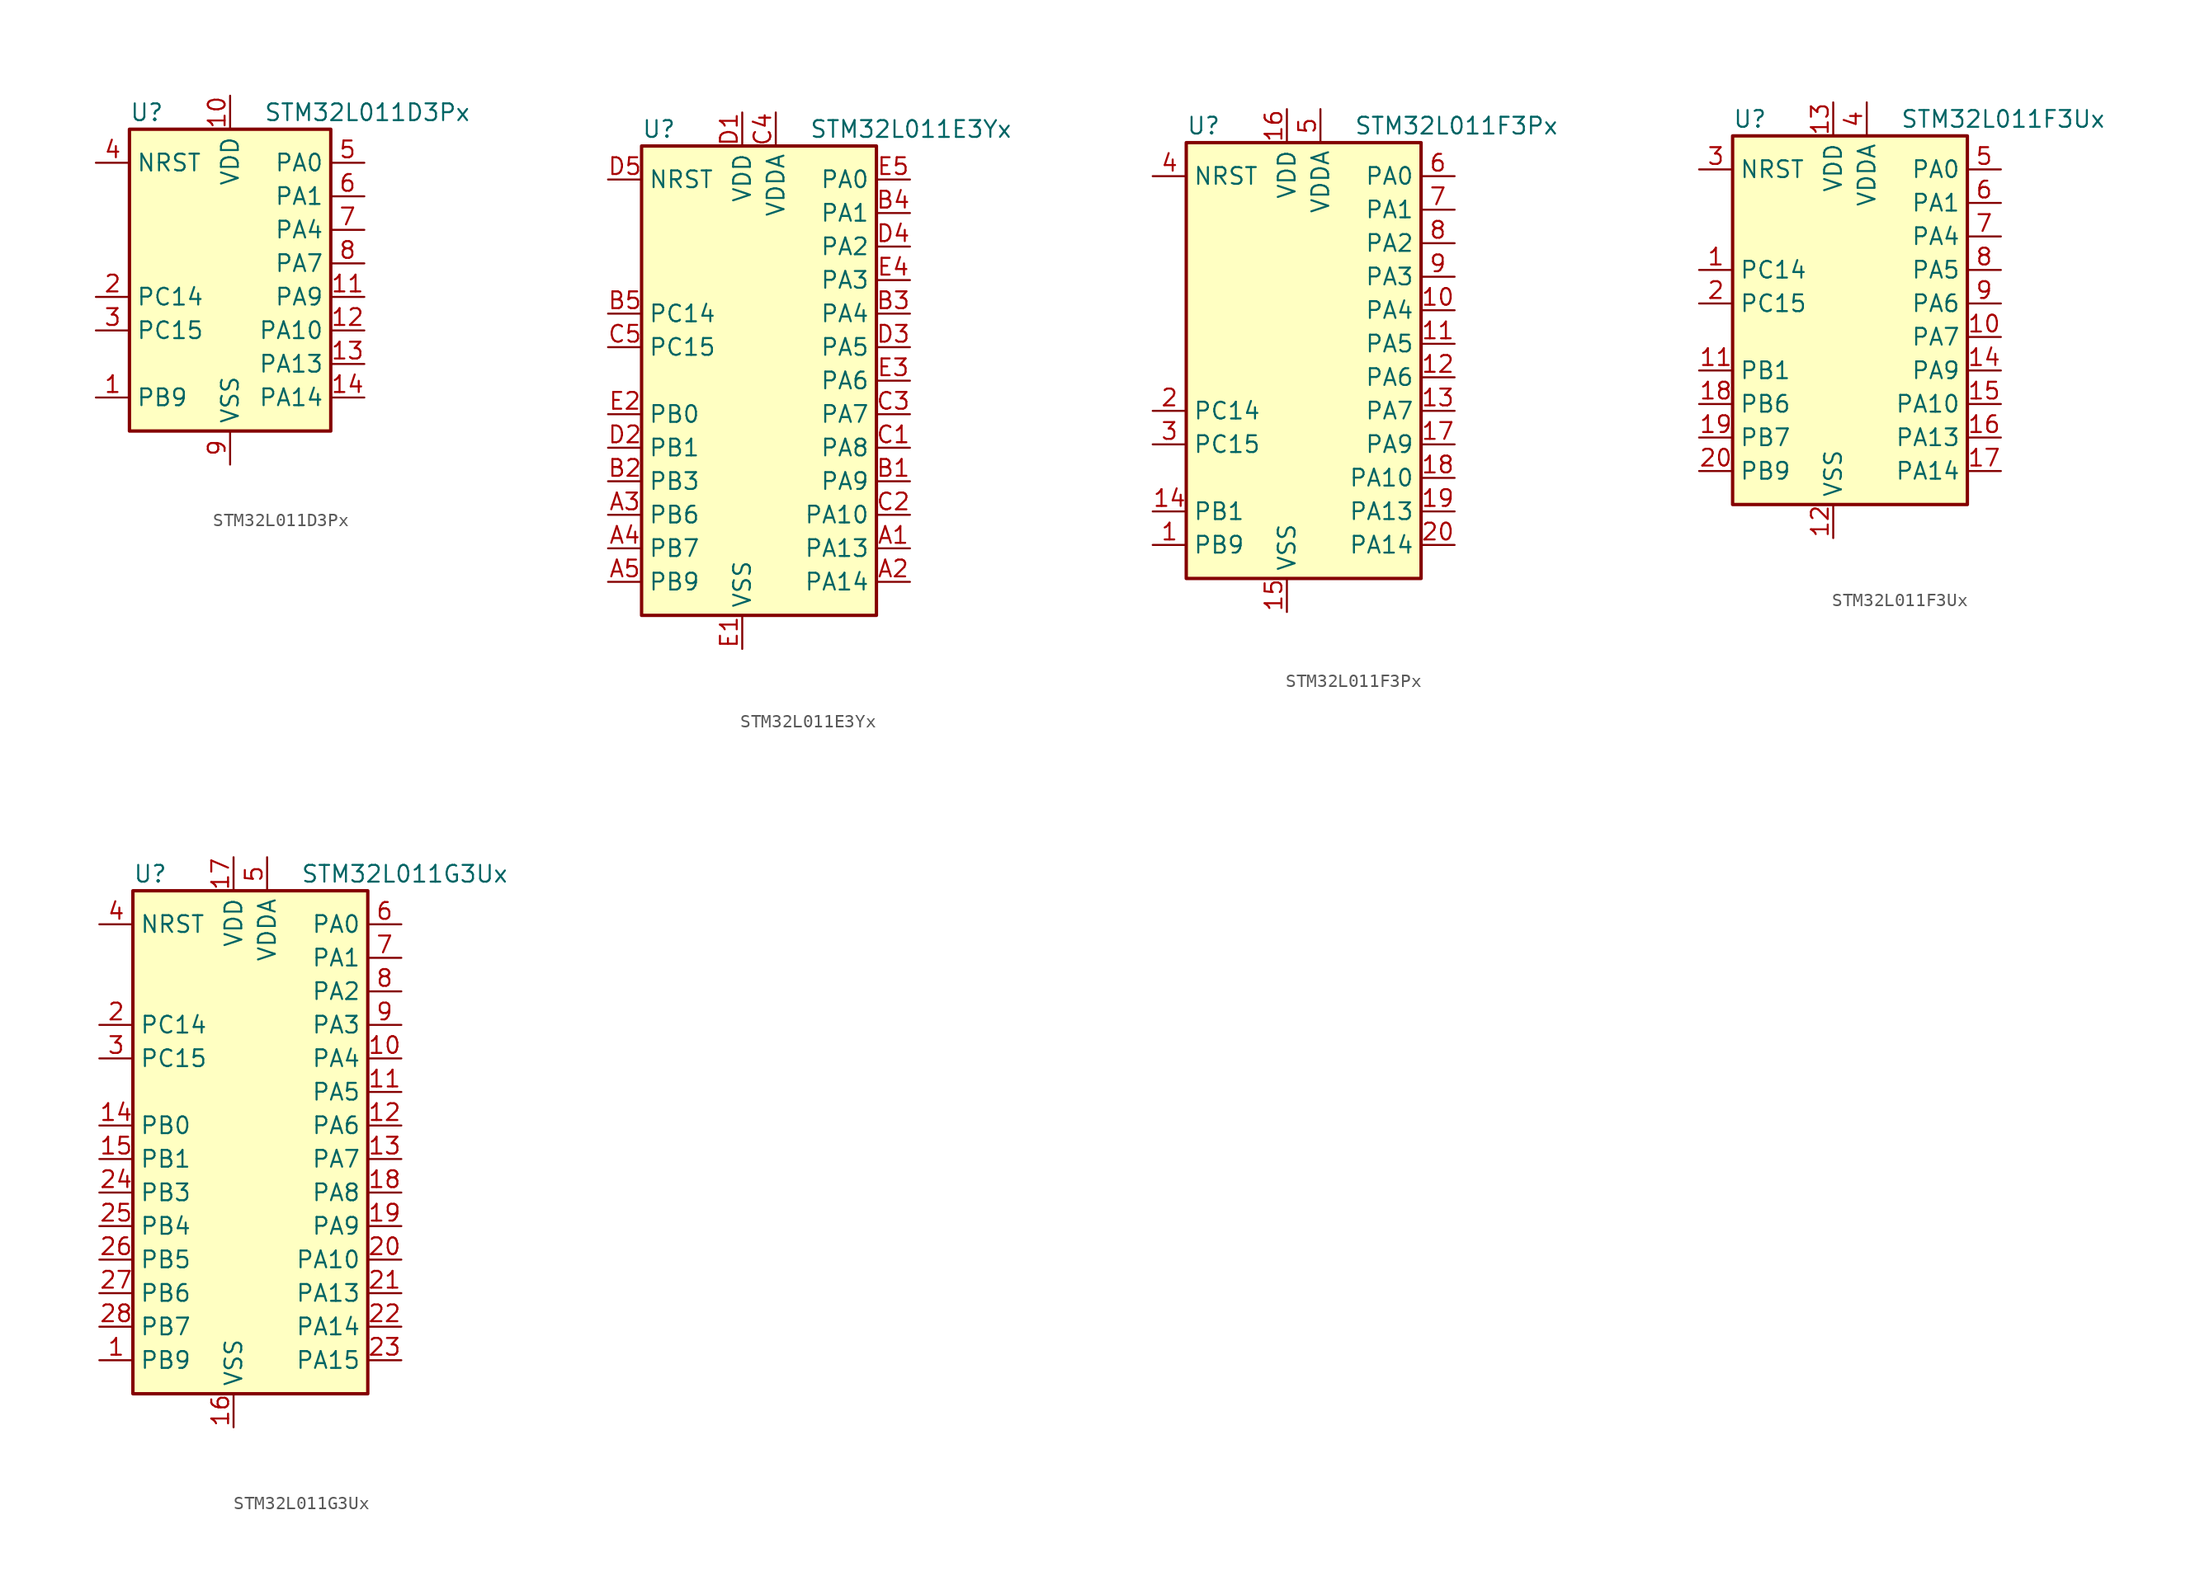
<source format=kicad_sym>
(kicad_symbol_lib
  (version 20201005)
  (generator kicad_symbol_editor)
  (symbol "STM32L011D3Px"
    (property "Reference" "U"
      (at -7.62 11.43 0)
      (effects (font (size 1.27 1.27)) (justify left)))
    (property "Value" "STM32L011D3Px"
      (at 2.54 11.43 0)
      (effects (font (size 1.27 1.27)) (justify left)))
    (symbol "STM32L011D3Px_0_1"
      (rectangle (start -7.62 -12.7) (end 7.62 10.16) (stroke (width 0.254)) (fill (type background))))
    (symbol "STM32L011D3Px_1_1"
      (pin bidirectional line (at -10.16 -10.16 0) (length 2.54) (name "PB9" (effects (font (size 1.27 1.27)))) (number "1" (effects (font (size 1.27 1.27)))))
      (pin power_in line (at 0 12.7 270) (length 2.54) (name "VDD" (effects (font (size 1.27 1.27)))) (number "10" (effects (font (size 1.27 1.27)))))
      (pin bidirectional line (at 10.16 -2.54 180) (length 2.54) (name "PA9" (effects (font (size 1.27 1.27)))) (number "11" (effects (font (size 1.27 1.27)))))
      (pin bidirectional line (at 10.16 -5.08 180) (length 2.54) (name "PA10" (effects (font (size 1.27 1.27)))) (number "12" (effects (font (size 1.27 1.27)))))
      (pin bidirectional line (at 10.16 -7.62 180) (length 2.54) (name "PA13" (effects (font (size 1.27 1.27)))) (number "13" (effects (font (size 1.27 1.27)))))
      (pin bidirectional line (at 10.16 -10.16 180) (length 2.54) (name "PA14" (effects (font (size 1.27 1.27)))) (number "14" (effects (font (size 1.27 1.27)))))
      (pin bidirectional line (at -10.16 -2.54 0) (length 2.54) (name "PC14" (effects (font (size 1.27 1.27)))) (number "2" (effects (font (size 1.27 1.27)))))
      (pin bidirectional line (at -10.16 -5.08 0) (length 2.54) (name "PC15" (effects (font (size 1.27 1.27)))) (number "3" (effects (font (size 1.27 1.27)))))
      (pin input line (at -10.16 7.62 0) (length 2.54) (name "NRST" (effects (font (size 1.27 1.27)))) (number "4" (effects (font (size 1.27 1.27)))))
      (pin bidirectional line (at 10.16 7.62 180) (length 2.54) (name "PA0" (effects (font (size 1.27 1.27)))) (number "5" (effects (font (size 1.27 1.27)))))
      (pin bidirectional line (at 10.16 5.08 180) (length 2.54) (name "PA1" (effects (font (size 1.27 1.27)))) (number "6" (effects (font (size 1.27 1.27)))))
      (pin bidirectional line (at 10.16 2.54 180) (length 2.54) (name "PA4" (effects (font (size 1.27 1.27)))) (number "7" (effects (font (size 1.27 1.27)))))
      (pin bidirectional line (at 10.16 0 180) (length 2.54) (name "PA7" (effects (font (size 1.27 1.27)))) (number "8" (effects (font (size 1.27 1.27)))))
      (pin power_in line (at 0 -15.24 90) (length 2.54) (name "VSS" (effects (font (size 1.27 1.27)))) (number "9" (effects (font (size 1.27 1.27)))))))
  (symbol "STM32L011E3Yx"
    (property "Reference" "U"
      (at -10.16 19.05 0)
      (effects (font (size 1.27 1.27)) (justify left)))
    (property "Value" "STM32L011E3Yx"
      (at 2.54 19.05 0)
      (effects (font (size 1.27 1.27)) (justify left)))
    (symbol "STM32L011E3Yx_0_1"
      (rectangle (start -10.16 -17.78) (end 7.62 17.78) (stroke (width 0.254)) (fill (type background))))
    (symbol "STM32L011E3Yx_1_1"
      (pin bidirectional line (at 10.16 -12.7 180) (length 2.54) (name "PA13" (effects (font (size 1.27 1.27)))) (number "A1" (effects (font (size 1.27 1.27)))))
      (pin bidirectional line (at 10.16 -15.24 180) (length 2.54) (name "PA14" (effects (font (size 1.27 1.27)))) (number "A2" (effects (font (size 1.27 1.27)))))
      (pin bidirectional line (at -12.7 -10.16 0) (length 2.54) (name "PB6" (effects (font (size 1.27 1.27)))) (number "A3" (effects (font (size 1.27 1.27)))))
      (pin bidirectional line (at -12.7 -12.7 0) (length 2.54) (name "PB7" (effects (font (size 1.27 1.27)))) (number "A4" (effects (font (size 1.27 1.27)))))
      (pin bidirectional line (at -12.7 -15.24 0) (length 2.54) (name "PB9" (effects (font (size 1.27 1.27)))) (number "A5" (effects (font (size 1.27 1.27)))))
      (pin bidirectional line (at 10.16 -7.62 180) (length 2.54) (name "PA9" (effects (font (size 1.27 1.27)))) (number "B1" (effects (font (size 1.27 1.27)))))
      (pin bidirectional line (at -12.7 -7.62 0) (length 2.54) (name "PB3" (effects (font (size 1.27 1.27)))) (number "B2" (effects (font (size 1.27 1.27)))))
      (pin bidirectional line (at 10.16 5.08 180) (length 2.54) (name "PA4" (effects (font (size 1.27 1.27)))) (number "B3" (effects (font (size 1.27 1.27)))))
      (pin bidirectional line (at 10.16 12.7 180) (length 2.54) (name "PA1" (effects (font (size 1.27 1.27)))) (number "B4" (effects (font (size 1.27 1.27)))))
      (pin bidirectional line (at -12.7 5.08 0) (length 2.54) (name "PC14" (effects (font (size 1.27 1.27)))) (number "B5" (effects (font (size 1.27 1.27)))))
      (pin bidirectional line (at 10.16 -5.08 180) (length 2.54) (name "PA8" (effects (font (size 1.27 1.27)))) (number "C1" (effects (font (size 1.27 1.27)))))
      (pin bidirectional line (at 10.16 -10.16 180) (length 2.54) (name "PA10" (effects (font (size 1.27 1.27)))) (number "C2" (effects (font (size 1.27 1.27)))))
      (pin bidirectional line (at 10.16 -2.54 180) (length 2.54) (name "PA7" (effects (font (size 1.27 1.27)))) (number "C3" (effects (font (size 1.27 1.27)))))
      (pin power_in line (at 0 20.32 270) (length 2.54) (name "VDDA" (effects (font (size 1.27 1.27)))) (number "C4" (effects (font (size 1.27 1.27)))))
      (pin bidirectional line (at -12.7 2.54 0) (length 2.54) (name "PC15" (effects (font (size 1.27 1.27)))) (number "C5" (effects (font (size 1.27 1.27)))))
      (pin power_in line (at -2.54 20.32 270) (length 2.54) (name "VDD" (effects (font (size 1.27 1.27)))) (number "D1" (effects (font (size 1.27 1.27)))))
      (pin bidirectional line (at -12.7 -5.08 0) (length 2.54) (name "PB1" (effects (font (size 1.27 1.27)))) (number "D2" (effects (font (size 1.27 1.27)))))
      (pin bidirectional line (at 10.16 2.54 180) (length 2.54) (name "PA5" (effects (font (size 1.27 1.27)))) (number "D3" (effects (font (size 1.27 1.27)))))
      (pin bidirectional line (at 10.16 10.16 180) (length 2.54) (name "PA2" (effects (font (size 1.27 1.27)))) (number "D4" (effects (font (size 1.27 1.27)))))
      (pin input line (at -12.7 15.24 0) (length 2.54) (name "NRST" (effects (font (size 1.27 1.27)))) (number "D5" (effects (font (size 1.27 1.27)))))
      (pin power_in line (at -2.54 -20.32 90) (length 2.54) (name "VSS" (effects (font (size 1.27 1.27)))) (number "E1" (effects (font (size 1.27 1.27)))))
      (pin bidirectional line (at -12.7 -2.54 0) (length 2.54) (name "PB0" (effects (font (size 1.27 1.27)))) (number "E2" (effects (font (size 1.27 1.27)))))
      (pin bidirectional line (at 10.16 0 180) (length 2.54) (name "PA6" (effects (font (size 1.27 1.27)))) (number "E3" (effects (font (size 1.27 1.27)))))
      (pin bidirectional line (at 10.16 7.62 180) (length 2.54) (name "PA3" (effects (font (size 1.27 1.27)))) (number "E4" (effects (font (size 1.27 1.27)))))
      (pin bidirectional line (at 10.16 15.24 180) (length 2.54) (name "PA0" (effects (font (size 1.27 1.27)))) (number "E5" (effects (font (size 1.27 1.27)))))))
  (symbol "STM32L011F3Px"
    (property "Reference" "U"
      (at -10.16 16.51 0)
      (effects (font (size 1.27 1.27)) (justify left)))
    (property "Value" "STM32L011F3Px"
      (at 2.54 16.51 0)
      (effects (font (size 1.27 1.27)) (justify left)))
    (symbol "STM32L011F3Px_0_1"
      (rectangle (start -10.16 -17.78) (end 7.62 15.24) (stroke (width 0.254)) (fill (type background))))
    (symbol "STM32L011F3Px_1_1"
      (pin bidirectional line (at -12.7 -15.24 0) (length 2.54) (name "PB9" (effects (font (size 1.27 1.27)))) (number "1" (effects (font (size 1.27 1.27)))))
      (pin bidirectional line (at 10.16 2.54 180) (length 2.54) (name "PA4" (effects (font (size 1.27 1.27)))) (number "10" (effects (font (size 1.27 1.27)))))
      (pin bidirectional line (at 10.16 0 180) (length 2.54) (name "PA5" (effects (font (size 1.27 1.27)))) (number "11" (effects (font (size 1.27 1.27)))))
      (pin bidirectional line (at 10.16 -2.54 180) (length 2.54) (name "PA6" (effects (font (size 1.27 1.27)))) (number "12" (effects (font (size 1.27 1.27)))))
      (pin bidirectional line (at 10.16 -5.08 180) (length 2.54) (name "PA7" (effects (font (size 1.27 1.27)))) (number "13" (effects (font (size 1.27 1.27)))))
      (pin bidirectional line (at -12.7 -12.7 0) (length 2.54) (name "PB1" (effects (font (size 1.27 1.27)))) (number "14" (effects (font (size 1.27 1.27)))))
      (pin power_in line (at -2.54 -20.32 90) (length 2.54) (name "VSS" (effects (font (size 1.27 1.27)))) (number "15" (effects (font (size 1.27 1.27)))))
      (pin power_in line (at -2.54 17.78 270) (length 2.54) (name "VDD" (effects (font (size 1.27 1.27)))) (number "16" (effects (font (size 1.27 1.27)))))
      (pin bidirectional line (at 10.16 -7.62 180) (length 2.54) (name "PA9" (effects (font (size 1.27 1.27)))) (number "17" (effects (font (size 1.27 1.27)))))
      (pin bidirectional line (at 10.16 -10.16 180) (length 2.54) (name "PA10" (effects (font (size 1.27 1.27)))) (number "18" (effects (font (size 1.27 1.27)))))
      (pin bidirectional line (at 10.16 -12.7 180) (length 2.54) (name "PA13" (effects (font (size 1.27 1.27)))) (number "19" (effects (font (size 1.27 1.27)))))
      (pin bidirectional line (at -12.7 -5.08 0) (length 2.54) (name "PC14" (effects (font (size 1.27 1.27)))) (number "2" (effects (font (size 1.27 1.27)))))
      (pin bidirectional line (at 10.16 -15.24 180) (length 2.54) (name "PA14" (effects (font (size 1.27 1.27)))) (number "20" (effects (font (size 1.27 1.27)))))
      (pin bidirectional line (at -12.7 -7.62 0) (length 2.54) (name "PC15" (effects (font (size 1.27 1.27)))) (number "3" (effects (font (size 1.27 1.27)))))
      (pin input line (at -12.7 12.7 0) (length 2.54) (name "NRST" (effects (font (size 1.27 1.27)))) (number "4" (effects (font (size 1.27 1.27)))))
      (pin power_in line (at 0 17.78 270) (length 2.54) (name "VDDA" (effects (font (size 1.27 1.27)))) (number "5" (effects (font (size 1.27 1.27)))))
      (pin bidirectional line (at 10.16 12.7 180) (length 2.54) (name "PA0" (effects (font (size 1.27 1.27)))) (number "6" (effects (font (size 1.27 1.27)))))
      (pin bidirectional line (at 10.16 10.16 180) (length 2.54) (name "PA1" (effects (font (size 1.27 1.27)))) (number "7" (effects (font (size 1.27 1.27)))))
      (pin bidirectional line (at 10.16 7.62 180) (length 2.54) (name "PA2" (effects (font (size 1.27 1.27)))) (number "8" (effects (font (size 1.27 1.27)))))
      (pin bidirectional line (at 10.16 5.08 180) (length 2.54) (name "PA3" (effects (font (size 1.27 1.27)))) (number "9" (effects (font (size 1.27 1.27)))))))
  (symbol "STM32L011F3Ux"
    (property "Reference" "U"
      (at -10.16 13.97 0)
      (effects (font (size 1.27 1.27)) (justify left)))
    (property "Value" "STM32L011F3Ux"
      (at 2.54 13.97 0)
      (effects (font (size 1.27 1.27)) (justify left)))
    (symbol "STM32L011F3Ux_0_1"
      (rectangle (start -10.16 -15.24) (end 7.62 12.7) (stroke (width 0.254)) (fill (type background))))
    (symbol "STM32L011F3Ux_1_1"
      (pin bidirectional line (at -12.7 2.54 0) (length 2.54) (name "PC14" (effects (font (size 1.27 1.27)))) (number "1" (effects (font (size 1.27 1.27)))))
      (pin bidirectional line (at 10.16 -2.54 180) (length 2.54) (name "PA7" (effects (font (size 1.27 1.27)))) (number "10" (effects (font (size 1.27 1.27)))))
      (pin bidirectional line (at -12.7 -5.08 0) (length 2.54) (name "PB1" (effects (font (size 1.27 1.27)))) (number "11" (effects (font (size 1.27 1.27)))))
      (pin power_in line (at -2.54 -17.78 90) (length 2.54) (name "VSS" (effects (font (size 1.27 1.27)))) (number "12" (effects (font (size 1.27 1.27)))))
      (pin power_in line (at -2.54 15.24 270) (length 2.54) (name "VDD" (effects (font (size 1.27 1.27)))) (number "13" (effects (font (size 1.27 1.27)))))
      (pin bidirectional line (at 10.16 -5.08 180) (length 2.54) (name "PA9" (effects (font (size 1.27 1.27)))) (number "14" (effects (font (size 1.27 1.27)))))
      (pin bidirectional line (at 10.16 -7.62 180) (length 2.54) (name "PA10" (effects (font (size 1.27 1.27)))) (number "15" (effects (font (size 1.27 1.27)))))
      (pin bidirectional line (at 10.16 -10.16 180) (length 2.54) (name "PA13" (effects (font (size 1.27 1.27)))) (number "16" (effects (font (size 1.27 1.27)))))
      (pin bidirectional line (at 10.16 -12.7 180) (length 2.54) (name "PA14" (effects (font (size 1.27 1.27)))) (number "17" (effects (font (size 1.27 1.27)))))
      (pin bidirectional line (at -12.7 -7.62 0) (length 2.54) (name "PB6" (effects (font (size 1.27 1.27)))) (number "18" (effects (font (size 1.27 1.27)))))
      (pin bidirectional line (at -12.7 -10.16 0) (length 2.54) (name "PB7" (effects (font (size 1.27 1.27)))) (number "19" (effects (font (size 1.27 1.27)))))
      (pin bidirectional line (at -12.7 0 0) (length 2.54) (name "PC15" (effects (font (size 1.27 1.27)))) (number "2" (effects (font (size 1.27 1.27)))))
      (pin bidirectional line (at -12.7 -12.7 0) (length 2.54) (name "PB9" (effects (font (size 1.27 1.27)))) (number "20" (effects (font (size 1.27 1.27)))))
      (pin input line (at -12.7 10.16 0) (length 2.54) (name "NRST" (effects (font (size 1.27 1.27)))) (number "3" (effects (font (size 1.27 1.27)))))
      (pin power_in line (at 0 15.24 270) (length 2.54) (name "VDDA" (effects (font (size 1.27 1.27)))) (number "4" (effects (font (size 1.27 1.27)))))
      (pin bidirectional line (at 10.16 10.16 180) (length 2.54) (name "PA0" (effects (font (size 1.27 1.27)))) (number "5" (effects (font (size 1.27 1.27)))))
      (pin bidirectional line (at 10.16 7.62 180) (length 2.54) (name "PA1" (effects (font (size 1.27 1.27)))) (number "6" (effects (font (size 1.27 1.27)))))
      (pin bidirectional line (at 10.16 5.08 180) (length 2.54) (name "PA4" (effects (font (size 1.27 1.27)))) (number "7" (effects (font (size 1.27 1.27)))))
      (pin bidirectional line (at 10.16 2.54 180) (length 2.54) (name "PA5" (effects (font (size 1.27 1.27)))) (number "8" (effects (font (size 1.27 1.27)))))
      (pin bidirectional line (at 10.16 0 180) (length 2.54) (name "PA6" (effects (font (size 1.27 1.27)))) (number "9" (effects (font (size 1.27 1.27)))))))
  (symbol "STM32L011G3Ux"
    (property "Reference" "U"
      (at -10.16 19.05 0)
      (effects (font (size 1.27 1.27)) (justify left)))
    (property "Value" "STM32L011G3Ux"
      (at 2.54 19.05 0)
      (effects (font (size 1.27 1.27)) (justify left)))
    (symbol "STM32L011G3Ux_0_1"
      (rectangle (start -10.16 -20.32) (end 7.62 17.78) (stroke (width 0.254)) (fill (type background))))
    (symbol "STM32L011G3Ux_1_1"
      (pin bidirectional line (at -12.7 -17.78 0) (length 2.54) (name "PB9" (effects (font (size 1.27 1.27)))) (number "1" (effects (font (size 1.27 1.27)))))
      (pin bidirectional line (at 10.16 5.08 180) (length 2.54) (name "PA4" (effects (font (size 1.27 1.27)))) (number "10" (effects (font (size 1.27 1.27)))))
      (pin bidirectional line (at 10.16 2.54 180) (length 2.54) (name "PA5" (effects (font (size 1.27 1.27)))) (number "11" (effects (font (size 1.27 1.27)))))
      (pin bidirectional line (at 10.16 0 180) (length 2.54) (name "PA6" (effects (font (size 1.27 1.27)))) (number "12" (effects (font (size 1.27 1.27)))))
      (pin bidirectional line (at 10.16 -2.54 180) (length 2.54) (name "PA7" (effects (font (size 1.27 1.27)))) (number "13" (effects (font (size 1.27 1.27)))))
      (pin bidirectional line (at -12.7 0 0) (length 2.54) (name "PB0" (effects (font (size 1.27 1.27)))) (number "14" (effects (font (size 1.27 1.27)))))
      (pin bidirectional line (at -12.7 -2.54 0) (length 2.54) (name "PB1" (effects (font (size 1.27 1.27)))) (number "15" (effects (font (size 1.27 1.27)))))
      (pin power_in line (at -2.54 -22.86 90) (length 2.54) (name "VSS" (effects (font (size 1.27 1.27)))) (number "16" (effects (font (size 1.27 1.27)))))
      (pin power_in line (at -2.54 20.32 270) (length 2.54) (name "VDD" (effects (font (size 1.27 1.27)))) (number "17" (effects (font (size 1.27 1.27)))))
      (pin bidirectional line (at 10.16 -5.08 180) (length 2.54) (name "PA8" (effects (font (size 1.27 1.27)))) (number "18" (effects (font (size 1.27 1.27)))))
      (pin bidirectional line (at 10.16 -7.62 180) (length 2.54) (name "PA9" (effects (font (size 1.27 1.27)))) (number "19" (effects (font (size 1.27 1.27)))))
      (pin bidirectional line (at -12.7 7.62 0) (length 2.54) (name "PC14" (effects (font (size 1.27 1.27)))) (number "2" (effects (font (size 1.27 1.27)))))
      (pin bidirectional line (at 10.16 -10.16 180) (length 2.54) (name "PA10" (effects (font (size 1.27 1.27)))) (number "20" (effects (font (size 1.27 1.27)))))
      (pin bidirectional line (at 10.16 -12.7 180) (length 2.54) (name "PA13" (effects (font (size 1.27 1.27)))) (number "21" (effects (font (size 1.27 1.27)))))
      (pin bidirectional line (at 10.16 -15.24 180) (length 2.54) (name "PA14" (effects (font (size 1.27 1.27)))) (number "22" (effects (font (size 1.27 1.27)))))
      (pin bidirectional line (at 10.16 -17.78 180) (length 2.54) (name "PA15" (effects (font (size 1.27 1.27)))) (number "23" (effects (font (size 1.27 1.27)))))
      (pin bidirectional line (at -12.7 -5.08 0) (length 2.54) (name "PB3" (effects (font (size 1.27 1.27)))) (number "24" (effects (font (size 1.27 1.27)))))
      (pin bidirectional line (at -12.7 -7.62 0) (length 2.54) (name "PB4" (effects (font (size 1.27 1.27)))) (number "25" (effects (font (size 1.27 1.27)))))
      (pin bidirectional line (at -12.7 -10.16 0) (length 2.54) (name "PB5" (effects (font (size 1.27 1.27)))) (number "26" (effects (font (size 1.27 1.27)))))
      (pin bidirectional line (at -12.7 -12.7 0) (length 2.54) (name "PB6" (effects (font (size 1.27 1.27)))) (number "27" (effects (font (size 1.27 1.27)))))
      (pin bidirectional line (at -12.7 -15.24 0) (length 2.54) (name "PB7" (effects (font (size 1.27 1.27)))) (number "28" (effects (font (size 1.27 1.27)))))
      (pin bidirectional line (at -12.7 5.08 0) (length 2.54) (name "PC15" (effects (font (size 1.27 1.27)))) (number "3" (effects (font (size 1.27 1.27)))))
      (pin input line (at -12.7 15.24 0) (length 2.54) (name "NRST" (effects (font (size 1.27 1.27)))) (number "4" (effects (font (size 1.27 1.27)))))
      (pin power_in line (at 0 20.32 270) (length 2.54) (name "VDDA" (effects (font (size 1.27 1.27)))) (number "5" (effects (font (size 1.27 1.27)))))
      (pin bidirectional line (at 10.16 15.24 180) (length 2.54) (name "PA0" (effects (font (size 1.27 1.27)))) (number "6" (effects (font (size 1.27 1.27)))))
      (pin bidirectional line (at 10.16 12.7 180) (length 2.54) (name "PA1" (effects (font (size 1.27 1.27)))) (number "7" (effects (font (size 1.27 1.27)))))
      (pin bidirectional line (at 10.16 10.16 180) (length 2.54) (name "PA2" (effects (font (size 1.27 1.27)))) (number "8" (effects (font (size 1.27 1.27)))))
      (pin bidirectional line (at 10.16 7.62 180) (length 2.54) (name "PA3" (effects (font (size 1.27 1.27)))) (number "9" (effects (font (size 1.27 1.27))))))))
</source>
